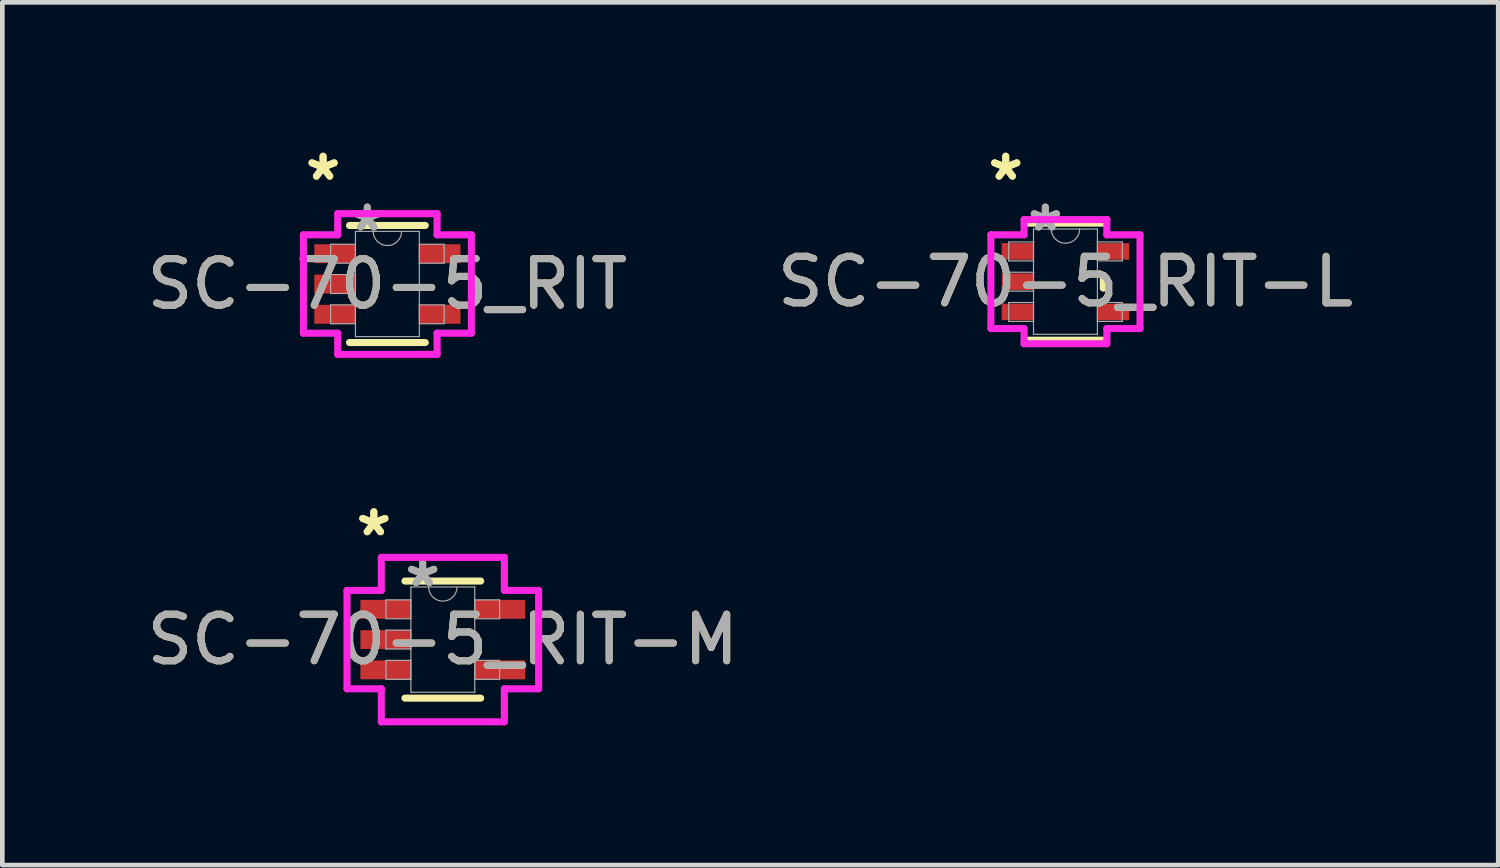
<source format=kicad_pcb>
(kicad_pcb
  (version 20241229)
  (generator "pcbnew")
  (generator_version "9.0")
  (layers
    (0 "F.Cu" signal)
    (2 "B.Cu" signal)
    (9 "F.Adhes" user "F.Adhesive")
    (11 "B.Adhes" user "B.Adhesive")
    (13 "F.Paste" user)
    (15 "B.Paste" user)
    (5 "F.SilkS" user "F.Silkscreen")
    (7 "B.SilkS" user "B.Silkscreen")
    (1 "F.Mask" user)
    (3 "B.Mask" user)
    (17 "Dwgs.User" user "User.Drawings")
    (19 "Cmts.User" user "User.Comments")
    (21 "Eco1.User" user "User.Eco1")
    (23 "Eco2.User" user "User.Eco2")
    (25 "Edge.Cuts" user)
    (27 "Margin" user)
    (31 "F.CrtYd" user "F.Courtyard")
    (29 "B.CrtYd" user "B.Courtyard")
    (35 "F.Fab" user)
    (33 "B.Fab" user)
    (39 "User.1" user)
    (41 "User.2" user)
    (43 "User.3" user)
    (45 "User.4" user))
  (footprint "SC-70-5_RIT-M"
    (layer "F.Cu")
    (at 6.458 10.683)
    (property "Reference" "SC-70-5_RIT-M" (at 0 0 0) (unlocked yes) (layer "F.SilkS") (effects (font (size 1 1) (thickness 0.15))))
    (attr smd)
    (fp_line (start -0.813 1.257) (end 0.813 1.257) (stroke (width 0.152) (type solid)) (layer "F.SilkS"))
    (fp_line (start 0.813 -1.257) (end -0.813 -1.257) (stroke (width 0.152) (type solid)) (layer "F.SilkS"))
    (fp_line (start -2.057 -1.056) (end -1.321 -1.056) (stroke (width 0.152) (type solid)) (layer "F.CrtYd"))
    (fp_line (start -2.057 1.056) (end -2.057 -1.056) (stroke (width 0.152) (type solid)) (layer "F.CrtYd"))
    (fp_line (start -1.321 -1.765) (end 1.321 -1.765) (stroke (width 0.152) (type solid)) (layer "F.CrtYd"))
    (fp_line (start -1.321 -1.056) (end -1.321 -1.765) (stroke (width 0.152) (type solid)) (layer "F.CrtYd"))
    (fp_line (start -1.321 1.056) (end -2.057 1.056) (stroke (width 0.152) (type solid)) (layer "F.CrtYd"))
    (fp_line (start -1.321 1.765) (end -1.321 1.056) (stroke (width 0.152) (type solid)) (layer "F.CrtYd"))
    (fp_line (start 1.321 -1.765) (end 1.321 -1.056) (stroke (width 0.152) (type solid)) (layer "F.CrtYd"))
    (fp_line (start 1.321 -1.056) (end 2.057 -1.056) (stroke (width 0.152) (type solid)) (layer "F.CrtYd"))
    (fp_line (start 1.321 1.056) (end 1.321 1.765) (stroke (width 0.152) (type solid)) (layer "F.CrtYd"))
    (fp_line (start 1.321 1.765) (end -1.321 1.765) (stroke (width 0.152) (type solid)) (layer "F.CrtYd"))
    (fp_line (start 2.057 -1.056) (end 2.057 1.056) (stroke (width 0.152) (type solid)) (layer "F.CrtYd"))
    (fp_line (start 2.057 1.056) (end 1.321 1.056) (stroke (width 0.152) (type solid)) (layer "F.CrtYd"))
    (fp_line (start -1.219 -0.853) (end -1.219 -0.447) (stroke (width 0.025) (type solid)) (layer "F.Fab"))
    (fp_line (start -1.219 -0.447) (end -0.686 -0.447) (stroke (width 0.025) (type solid)) (layer "F.Fab"))
    (fp_line (start -1.219 -0.203) (end -1.219 0.203) (stroke (width 0.025) (type solid)) (layer "F.Fab"))
    (fp_line (start -1.219 0.203) (end -0.686 0.203) (stroke (width 0.025) (type solid)) (layer "F.Fab"))
    (fp_line (start -1.219 0.447) (end -1.219 0.853) (stroke (width 0.025) (type solid)) (layer "F.Fab"))
    (fp_line (start -1.219 0.853) (end -0.686 0.853) (stroke (width 0.025) (type solid)) (layer "F.Fab"))
    (fp_line (start -0.686 -1.13) (end -0.686 1.13) (stroke (width 0.025) (type solid)) (layer "F.Fab"))
    (fp_line (start -0.686 -0.853) (end -1.219 -0.853) (stroke (width 0.025) (type solid)) (layer "F.Fab"))
    (fp_line (start -0.686 -0.447) (end -0.686 -0.853) (stroke (width 0.025) (type solid)) (layer "F.Fab"))
    (fp_line (start -0.686 -0.203) (end -1.219 -0.203) (stroke (width 0.025) (type solid)) (layer "F.Fab"))
    (fp_line (start -0.686 0.203) (end -0.686 -0.203) (stroke (width 0.025) (type solid)) (layer "F.Fab"))
    (fp_line (start -0.686 0.447) (end -1.219 0.447) (stroke (width 0.025) (type solid)) (layer "F.Fab"))
    (fp_line (start -0.686 0.853) (end -0.686 0.447) (stroke (width 0.025) (type solid)) (layer "F.Fab"))
    (fp_line (start -0.686 1.13) (end 0.686 1.13) (stroke (width 0.025) (type solid)) (layer "F.Fab"))
    (fp_line (start 0.686 -1.13) (end -0.686 -1.13) (stroke (width 0.025) (type solid)) (layer "F.Fab"))
    (fp_line (start 0.686 -0.853) (end 0.686 -0.447) (stroke (width 0.025) (type solid)) (layer "F.Fab"))
    (fp_line (start 0.686 -0.447) (end 1.219 -0.447) (stroke (width 0.025) (type solid)) (layer "F.Fab"))
    (fp_line (start 0.686 0.447) (end 0.686 0.853) (stroke (width 0.025) (type solid)) (layer "F.Fab"))
    (fp_line (start 0.686 0.853) (end 1.219 0.853) (stroke (width 0.025) (type solid)) (layer "F.Fab"))
    (fp_line (start 0.686 1.13) (end 0.686 -1.13) (stroke (width 0.025) (type solid)) (layer "F.Fab"))
    (fp_line (start 1.219 -0.853) (end 0.686 -0.853) (stroke (width 0.025) (type solid)) (layer "F.Fab"))
    (fp_line (start 1.219 -0.447) (end 1.219 -0.853) (stroke (width 0.025) (type solid)) (layer "F.Fab"))
    (fp_line (start 1.219 0.447) (end 0.686 0.447) (stroke (width 0.025) (type solid)) (layer "F.Fab"))
    (fp_line (start 1.219 0.853) (end 1.219 0.447) (stroke (width 0.025) (type solid)) (layer "F.Fab"))
    (fp_arc (start 0.3048 -1.1303) (mid 0 -0.8255) (end -0.3048 -1.1303) (stroke (width 0.0254) (type solid)) (layer "F.Fab"))
    (fp_text user "*" (at -1.481 -2.199 0) (unlocked yes) (layer "F.SilkS") (effects (font (size 1 1) (thickness 0.15))))
    (fp_text user "*" (at -1.481 -2.199 0) (layer "F.SilkS") (effects (font (size 1 1) (thickness 0.15))))
    (fp_text user "${REFERENCE}" (at 0 0 0) (unlocked yes) (layer "F.Fab") (effects (font (size 1 1) (thickness 0.15))))
    (fp_text user "*" (at -0.432 -1.107 0) (layer "F.Fab") (effects (font (size 1 1) (thickness 0.15))))
    (fp_text user "*" (at -0.432 -1.107 0) (unlocked yes) (layer "F.Fab") (effects (font (size 1 1) (thickness 0.15))))
    (pad "1" smd rect (at -1.228 -0.65) (size 1.083 0.406) (layers "F.Cu" "F.Mask" "F.Paste"))
    (pad "2" smd rect (at -1.228 0) (size 1.083 0.406) (layers "F.Cu" "F.Mask" "F.Paste"))
    (pad "3" smd rect (at -1.228 0.65) (size 1.083 0.406) (layers "F.Cu" "F.Mask" "F.Paste"))
    (pad "4" smd rect (at 1.228 0.65) (size 1.083 0.406) (layers "F.Cu" "F.Mask" "F.Paste"))
    (pad "5" smd rect (at 1.228 -0.65) (size 1.083 0.406) (layers "F.Cu" "F.Mask" "F.Paste")))
  (footprint "SC-70-5_RIT-L"
    (layer "F.Cu")
    (at 19.827 2.998)
    (property "Reference" "SC-70-5_RIT-L" (at 0 0 0) (unlocked yes) (layer "F.SilkS") (effects (font (size 1 1) (thickness 0.15))))
    (attr smd)
    (fp_line (start -0.813 1.257) (end 0.813 1.257) (stroke (width 0.152) (type solid)) (layer "F.SilkS"))
    (fp_line (start 0.813 -1.257) (end -0.813 -1.257) (stroke (width 0.152) (type solid)) (layer "F.SilkS"))
    (fp_line (start 0.813 0.139) (end 0.813 -0.139) (stroke (width 0.152) (type solid)) (layer "F.SilkS"))
    (fp_line (start -1.601 -1.006) (end -0.889 -1.006) (stroke (width 0.152) (type solid)) (layer "F.CrtYd"))
    (fp_line (start -1.601 1.006) (end -1.601 -1.006) (stroke (width 0.152) (type solid)) (layer "F.CrtYd"))
    (fp_line (start -0.889 -1.333) (end 0.889 -1.333) (stroke (width 0.152) (type solid)) (layer "F.CrtYd"))
    (fp_line (start -0.889 -1.006) (end -0.889 -1.333) (stroke (width 0.152) (type solid)) (layer "F.CrtYd"))
    (fp_line (start -0.889 1.006) (end -1.601 1.006) (stroke (width 0.152) (type solid)) (layer "F.CrtYd"))
    (fp_line (start -0.889 1.333) (end -0.889 1.006) (stroke (width 0.152) (type solid)) (layer "F.CrtYd"))
    (fp_line (start 0.889 -1.333) (end 0.889 -1.006) (stroke (width 0.152) (type solid)) (layer "F.CrtYd"))
    (fp_line (start 0.889 -1.006) (end 1.601 -1.006) (stroke (width 0.152) (type solid)) (layer "F.CrtYd"))
    (fp_line (start 0.889 1.006) (end 0.889 1.333) (stroke (width 0.152) (type solid)) (layer "F.CrtYd"))
    (fp_line (start 0.889 1.333) (end -0.889 1.333) (stroke (width 0.152) (type solid)) (layer "F.CrtYd"))
    (fp_line (start 1.601 -1.006) (end 1.601 1.006) (stroke (width 0.152) (type solid)) (layer "F.CrtYd"))
    (fp_line (start 1.601 1.006) (end 0.889 1.006) (stroke (width 0.152) (type solid)) (layer "F.CrtYd"))
    (fp_line (start -1.219 -0.853) (end -1.219 -0.447) (stroke (width 0.025) (type solid)) (layer "F.Fab"))
    (fp_line (start -1.219 -0.447) (end -0.686 -0.447) (stroke (width 0.025) (type solid)) (layer "F.Fab"))
    (fp_line (start -1.219 -0.203) (end -1.219 0.203) (stroke (width 0.025) (type solid)) (layer "F.Fab"))
    (fp_line (start -1.219 0.203) (end -0.686 0.203) (stroke (width 0.025) (type solid)) (layer "F.Fab"))
    (fp_line (start -1.219 0.447) (end -1.219 0.853) (stroke (width 0.025) (type solid)) (layer "F.Fab"))
    (fp_line (start -1.219 0.853) (end -0.686 0.853) (stroke (width 0.025) (type solid)) (layer "F.Fab"))
    (fp_line (start -0.686 -1.13) (end -0.686 1.13) (stroke (width 0.025) (type solid)) (layer "F.Fab"))
    (fp_line (start -0.686 -0.853) (end -1.219 -0.853) (stroke (width 0.025) (type solid)) (layer "F.Fab"))
    (fp_line (start -0.686 -0.447) (end -0.686 -0.853) (stroke (width 0.025) (type solid)) (layer "F.Fab"))
    (fp_line (start -0.686 -0.203) (end -1.219 -0.203) (stroke (width 0.025) (type solid)) (layer "F.Fab"))
    (fp_line (start -0.686 0.203) (end -0.686 -0.203) (stroke (width 0.025) (type solid)) (layer "F.Fab"))
    (fp_line (start -0.686 0.447) (end -1.219 0.447) (stroke (width 0.025) (type solid)) (layer "F.Fab"))
    (fp_line (start -0.686 0.853) (end -0.686 0.447) (stroke (width 0.025) (type solid)) (layer "F.Fab"))
    (fp_line (start -0.686 1.13) (end 0.686 1.13) (stroke (width 0.025) (type solid)) (layer "F.Fab"))
    (fp_line (start 0.686 -1.13) (end -0.686 -1.13) (stroke (width 0.025) (type solid)) (layer "F.Fab"))
    (fp_line (start 0.686 -0.853) (end 0.686 -0.447) (stroke (width 0.025) (type solid)) (layer "F.Fab"))
    (fp_line (start 0.686 -0.447) (end 1.219 -0.447) (stroke (width 0.025) (type solid)) (layer "F.Fab"))
    (fp_line (start 0.686 0.447) (end 0.686 0.853) (stroke (width 0.025) (type solid)) (layer "F.Fab"))
    (fp_line (start 0.686 0.853) (end 1.219 0.853) (stroke (width 0.025) (type solid)) (layer "F.Fab"))
    (fp_line (start 0.686 1.13) (end 0.686 -1.13) (stroke (width 0.025) (type solid)) (layer "F.Fab"))
    (fp_line (start 1.219 -0.853) (end 0.686 -0.853) (stroke (width 0.025) (type solid)) (layer "F.Fab"))
    (fp_line (start 1.219 -0.447) (end 1.219 -0.853) (stroke (width 0.025) (type solid)) (layer "F.Fab"))
    (fp_line (start 1.219 0.447) (end 0.686 0.447) (stroke (width 0.025) (type solid)) (layer "F.Fab"))
    (fp_line (start 1.219 0.853) (end 1.219 0.447) (stroke (width 0.025) (type solid)) (layer "F.Fab"))
    (fp_arc (start 0.3048 -1.1303) (mid 0 -0.8255) (end -0.3048 -1.1303) (stroke (width 0.0254) (type solid)) (layer "F.Fab"))
    (fp_text user "*" (at -1.282 -2.149 0) (unlocked yes) (layer "F.SilkS") (effects (font (size 1 1) (thickness 0.15))))
    (fp_text user "*" (at -1.282 -2.149 0) (layer "F.SilkS") (effects (font (size 1 1) (thickness 0.15))))
    (fp_text user "*" (at -0.432 -1.057 0) (unlocked yes) (layer "F.Fab") (effects (font (size 1 1) (thickness 0.15))))
    (fp_text user "*" (at -0.432 -1.057 0) (layer "F.Fab") (effects (font (size 1 1) (thickness 0.15))))
    (fp_text user "${REFERENCE}" (at 0 0 0) (unlocked yes) (layer "F.Fab") (effects (font (size 1 1) (thickness 0.15))))
    (pad "1" smd rect (at -1.028 -0.65) (size 0.683 0.356) (layers "F.Cu" "F.Mask" "F.Paste"))
    (pad "2" smd rect (at -1.028 0) (size 0.683 0.356) (layers "F.Cu" "F.Mask" "F.Paste"))
    (pad "3" smd rect (at -1.028 0.65) (size 0.683 0.356) (layers "F.Cu" "F.Mask" "F.Paste"))
    (pad "4" smd rect (at 1.028 0.65) (size 0.683 0.356) (layers "F.Cu" "F.Mask" "F.Paste"))
    (pad "5" smd rect (at 1.028 -0.65) (size 0.683 0.356) (layers "F.Cu" "F.Mask" "F.Paste")))
  (footprint "SC-70-5_RIT"
    (layer "F.Cu")
    (at 5.268 3.048)
    (property "Reference" "SC-70-5_RIT" (at 0 0 0) (unlocked yes) (layer "F.SilkS") (effects (font (size 1 1) (thickness 0.15))))
    (attr smd)
    (fp_line (start -0.813 1.257) (end 0.813 1.257) (stroke (width 0.152) (type solid)) (layer "F.SilkS"))
    (fp_line (start 0.813 -1.257) (end -0.813 -1.257) (stroke (width 0.152) (type solid)) (layer "F.SilkS"))
    (fp_line (start -1.803 -1.056) (end -1.067 -1.056) (stroke (width 0.152) (type solid)) (layer "F.CrtYd"))
    (fp_line (start -1.803 1.056) (end -1.803 -1.056) (stroke (width 0.152) (type solid)) (layer "F.CrtYd"))
    (fp_line (start -1.067 -1.511) (end 1.067 -1.511) (stroke (width 0.152) (type solid)) (layer "F.CrtYd"))
    (fp_line (start -1.067 -1.056) (end -1.067 -1.511) (stroke (width 0.152) (type solid)) (layer "F.CrtYd"))
    (fp_line (start -1.067 1.056) (end -1.803 1.056) (stroke (width 0.152) (type solid)) (layer "F.CrtYd"))
    (fp_line (start -1.067 1.511) (end -1.067 1.056) (stroke (width 0.152) (type solid)) (layer "F.CrtYd"))
    (fp_line (start 1.067 -1.511) (end 1.067 -1.056) (stroke (width 0.152) (type solid)) (layer "F.CrtYd"))
    (fp_line (start 1.067 -1.056) (end 1.803 -1.056) (stroke (width 0.152) (type solid)) (layer "F.CrtYd"))
    (fp_line (start 1.067 1.056) (end 1.067 1.511) (stroke (width 0.152) (type solid)) (layer "F.CrtYd"))
    (fp_line (start 1.067 1.511) (end -1.067 1.511) (stroke (width 0.152) (type solid)) (layer "F.CrtYd"))
    (fp_line (start 1.803 -1.056) (end 1.803 1.056) (stroke (width 0.152) (type solid)) (layer "F.CrtYd"))
    (fp_line (start 1.803 1.056) (end 1.067 1.056) (stroke (width 0.152) (type solid)) (layer "F.CrtYd"))
    (fp_line (start -1.219 -0.853) (end -1.219 -0.447) (stroke (width 0.025) (type solid)) (layer "F.Fab"))
    (fp_line (start -1.219 -0.447) (end -0.686 -0.447) (stroke (width 0.025) (type solid)) (layer "F.Fab"))
    (fp_line (start -1.219 -0.203) (end -1.219 0.203) (stroke (width 0.025) (type solid)) (layer "F.Fab"))
    (fp_line (start -1.219 0.203) (end -0.686 0.203) (stroke (width 0.025) (type solid)) (layer "F.Fab"))
    (fp_line (start -1.219 0.447) (end -1.219 0.853) (stroke (width 0.025) (type solid)) (layer "F.Fab"))
    (fp_line (start -1.219 0.853) (end -0.686 0.853) (stroke (width 0.025) (type solid)) (layer "F.Fab"))
    (fp_line (start -0.686 -1.13) (end -0.686 1.13) (stroke (width 0.025) (type solid)) (layer "F.Fab"))
    (fp_line (start -0.686 -0.853) (end -1.219 -0.853) (stroke (width 0.025) (type solid)) (layer "F.Fab"))
    (fp_line (start -0.686 -0.447) (end -0.686 -0.853) (stroke (width 0.025) (type solid)) (layer "F.Fab"))
    (fp_line (start -0.686 -0.203) (end -1.219 -0.203) (stroke (width 0.025) (type solid)) (layer "F.Fab"))
    (fp_line (start -0.686 0.203) (end -0.686 -0.203) (stroke (width 0.025) (type solid)) (layer "F.Fab"))
    (fp_line (start -0.686 0.447) (end -1.219 0.447) (stroke (width 0.025) (type solid)) (layer "F.Fab"))
    (fp_line (start -0.686 0.853) (end -0.686 0.447) (stroke (width 0.025) (type solid)) (layer "F.Fab"))
    (fp_line (start -0.686 1.13) (end 0.686 1.13) (stroke (width 0.025) (type solid)) (layer "F.Fab"))
    (fp_line (start 0.686 -1.13) (end -0.686 -1.13) (stroke (width 0.025) (type solid)) (layer "F.Fab"))
    (fp_line (start 0.686 -0.853) (end 0.686 -0.447) (stroke (width 0.025) (type solid)) (layer "F.Fab"))
    (fp_line (start 0.686 -0.447) (end 1.219 -0.447) (stroke (width 0.025) (type solid)) (layer "F.Fab"))
    (fp_line (start 0.686 0.447) (end 0.686 0.853) (stroke (width 0.025) (type solid)) (layer "F.Fab"))
    (fp_line (start 0.686 0.853) (end 1.219 0.853) (stroke (width 0.025) (type solid)) (layer "F.Fab"))
    (fp_line (start 0.686 1.13) (end 0.686 -1.13) (stroke (width 0.025) (type solid)) (layer "F.Fab"))
    (fp_line (start 1.219 -0.853) (end 0.686 -0.853) (stroke (width 0.025) (type solid)) (layer "F.Fab"))
    (fp_line (start 1.219 -0.447) (end 1.219 -0.853) (stroke (width 0.025) (type solid)) (layer "F.Fab"))
    (fp_line (start 1.219 0.447) (end 0.686 0.447) (stroke (width 0.025) (type solid)) (layer "F.Fab"))
    (fp_line (start 1.219 0.853) (end 1.219 0.447) (stroke (width 0.025) (type solid)) (layer "F.Fab"))
    (fp_arc (start 0.3048 -1.1303) (mid 0 -0.8255) (end -0.3048 -1.1303) (stroke (width 0.0254) (type solid)) (layer "F.Fab"))
    (fp_text user "*" (at -1.381 -2.199 0) (unlocked yes) (layer "F.SilkS") (effects (font (size 1 1) (thickness 0.15))))
    (fp_text user "*" (at -1.381 -2.199 0) (layer "F.SilkS") (effects (font (size 1 1) (thickness 0.15))))
    (fp_text user "${REFERENCE}" (at 0 0 0) (unlocked yes) (layer "F.Fab") (effects (font (size 1 1) (thickness 0.15))))
    (fp_text user "*" (at -0.432 -1.107 0) (unlocked yes) (layer "F.Fab") (effects (font (size 1 1) (thickness 0.15))))
    (fp_text user "*" (at -0.432 -1.107 0) (layer "F.Fab") (effects (font (size 1 1) (thickness 0.15))))
    (pad "1" smd rect (at -1.128 -0.65) (size 0.883 0.406) (layers "F.Cu" "F.Mask" "F.Paste"))
    (pad "2" smd rect (at -1.128 0) (size 0.883 0.406) (layers "F.Cu" "F.Mask" "F.Paste"))
    (pad "3" smd rect (at -1.128 0.65) (size 0.883 0.406) (layers "F.Cu" "F.Mask" "F.Paste"))
    (pad "4" smd rect (at 1.128 0.65) (size 0.883 0.406) (layers "F.Cu" "F.Mask" "F.Paste"))
    (pad "5" smd rect (at 1.128 -0.65) (size 0.883 0.406) (layers "F.Cu" "F.Mask" "F.Paste")))
  (gr_rect
    (start -3 -3)
    (end 29.119 15.524)
    (stroke (width 0.1) (type default))
    (fill no)
    (layer "Edge.Cuts")))
</source>
